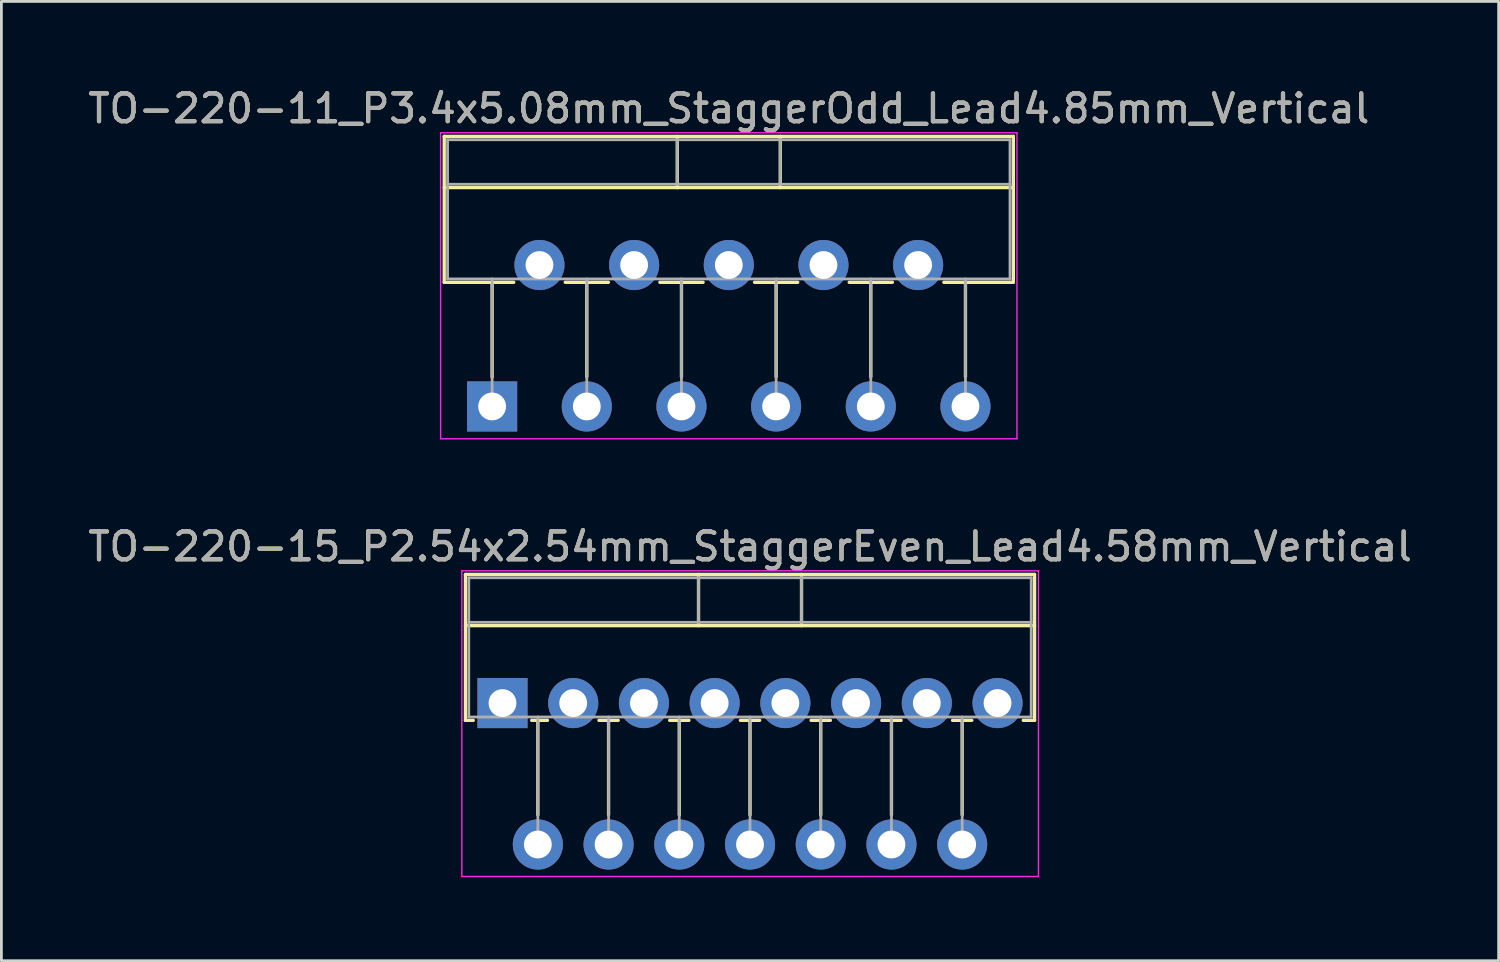
<source format=kicad_pcb>
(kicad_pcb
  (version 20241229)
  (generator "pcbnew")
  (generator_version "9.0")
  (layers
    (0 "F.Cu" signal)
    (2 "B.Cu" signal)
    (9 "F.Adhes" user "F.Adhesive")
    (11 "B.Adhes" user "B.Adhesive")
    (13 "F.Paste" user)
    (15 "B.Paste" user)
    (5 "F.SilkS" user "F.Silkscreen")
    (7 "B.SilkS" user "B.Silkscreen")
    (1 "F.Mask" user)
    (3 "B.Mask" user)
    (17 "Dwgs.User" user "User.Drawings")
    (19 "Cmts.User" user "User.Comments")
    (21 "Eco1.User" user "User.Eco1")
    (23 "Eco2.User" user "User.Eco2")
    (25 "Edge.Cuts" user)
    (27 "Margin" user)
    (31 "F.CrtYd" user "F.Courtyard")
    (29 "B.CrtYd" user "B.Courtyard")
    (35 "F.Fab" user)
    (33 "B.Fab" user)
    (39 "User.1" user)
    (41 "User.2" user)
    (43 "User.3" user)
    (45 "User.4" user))
  (footprint "TO-220-15_P2.54x2.54mm_StaggerEven_Lead4.58mm_Vertical"
    (layer "F.Cu")
    (at 14.997 22.201)
    (property "Reference" "TO-220-15_P2.54x2.54mm_StaggerEven_Lead4.58mm_Vertical" (at 8.89 -5.62 0) (layer "F.SilkS") (effects (font (size 1 1) (thickness 0.15))))
    (attr through_hole)
    (fp_line (start -1.33 -4.62) (end -1.33 0.621) (stroke (width 0.12) (type solid)) (layer "F.SilkS"))
    (fp_line (start -1.33 -4.62) (end 19.11 -4.62) (stroke (width 0.12) (type solid)) (layer "F.SilkS"))
    (fp_line (start -1.33 -2.78) (end 19.11 -2.78) (stroke (width 0.12) (type solid)) (layer "F.SilkS"))
    (fp_line (start -1.33 0.621) (end -1.05 0.621) (stroke (width 0.12) (type solid)) (layer "F.SilkS"))
    (fp_line (start 1.05 0.621) (end 1.616 0.621) (stroke (width 0.12) (type solid)) (layer "F.SilkS"))
    (fp_line (start 1.27 0.621) (end 1.27 4.015) (stroke (width 0.12) (type solid)) (layer "F.SilkS"))
    (fp_line (start 3.465 0.621) (end 4.156 0.621) (stroke (width 0.12) (type solid)) (layer "F.SilkS"))
    (fp_line (start 3.81 0.621) (end 3.81 4.015) (stroke (width 0.12) (type solid)) (layer "F.SilkS"))
    (fp_line (start 6.005 0.621) (end 6.696 0.621) (stroke (width 0.12) (type solid)) (layer "F.SilkS"))
    (fp_line (start 6.35 0.621) (end 6.35 4.015) (stroke (width 0.12) (type solid)) (layer "F.SilkS"))
    (fp_line (start 7.041 -4.62) (end 7.041 -2.78) (stroke (width 0.12) (type solid)) (layer "F.SilkS"))
    (fp_line (start 8.545 0.621) (end 9.236 0.621) (stroke (width 0.12) (type solid)) (layer "F.SilkS"))
    (fp_line (start 8.89 0.621) (end 8.89 4.015) (stroke (width 0.12) (type solid)) (layer "F.SilkS"))
    (fp_line (start 10.74 -4.62) (end 10.74 -2.78) (stroke (width 0.12) (type solid)) (layer "F.SilkS"))
    (fp_line (start 11.085 0.621) (end 11.776 0.621) (stroke (width 0.12) (type solid)) (layer "F.SilkS"))
    (fp_line (start 11.43 0.621) (end 11.43 4.015) (stroke (width 0.12) (type solid)) (layer "F.SilkS"))
    (fp_line (start 13.625 0.621) (end 14.316 0.621) (stroke (width 0.12) (type solid)) (layer "F.SilkS"))
    (fp_line (start 13.97 0.621) (end 13.97 4.015) (stroke (width 0.12) (type solid)) (layer "F.SilkS"))
    (fp_line (start 16.165 0.621) (end 16.856 0.621) (stroke (width 0.12) (type solid)) (layer "F.SilkS"))
    (fp_line (start 16.51 0.621) (end 16.51 4.015) (stroke (width 0.12) (type solid)) (layer "F.SilkS"))
    (fp_line (start 18.705 0.621) (end 19.11 0.621) (stroke (width 0.12) (type solid)) (layer "F.SilkS"))
    (fp_line (start 19.11 -4.62) (end 19.11 0.621) (stroke (width 0.12) (type solid)) (layer "F.SilkS"))
    (fp_line (start -1.46 -4.75) (end -1.46 6.23) (stroke (width 0.05) (type solid)) (layer "F.CrtYd"))
    (fp_line (start -1.46 6.23) (end 19.25 6.23) (stroke (width 0.05) (type solid)) (layer "F.CrtYd"))
    (fp_line (start 19.25 -4.75) (end -1.46 -4.75) (stroke (width 0.05) (type solid)) (layer "F.CrtYd"))
    (fp_line (start 19.25 6.23) (end 19.25 -4.75) (stroke (width 0.05) (type solid)) (layer "F.CrtYd"))
    (fp_line (start -1.21 -4.5) (end -1.21 0.5) (stroke (width 0.1) (type solid)) (layer "F.Fab"))
    (fp_line (start -1.21 -2.9) (end 18.99 -2.9) (stroke (width 0.1) (type solid)) (layer "F.Fab"))
    (fp_line (start -1.21 0.5) (end 18.99 0.5) (stroke (width 0.1) (type solid)) (layer "F.Fab"))
    (fp_line (start 1.27 0.5) (end 1.27 5.08) (stroke (width 0.1) (type solid)) (layer "F.Fab"))
    (fp_line (start 3.81 0.5) (end 3.81 5.08) (stroke (width 0.1) (type solid)) (layer "F.Fab"))
    (fp_line (start 6.35 0.5) (end 6.35 5.08) (stroke (width 0.1) (type solid)) (layer "F.Fab"))
    (fp_line (start 7.04 -4.5) (end 7.04 -2.9) (stroke (width 0.1) (type solid)) (layer "F.Fab"))
    (fp_line (start 8.89 0.5) (end 8.89 5.08) (stroke (width 0.1) (type solid)) (layer "F.Fab"))
    (fp_line (start 10.74 -4.5) (end 10.74 -2.9) (stroke (width 0.1) (type solid)) (layer "F.Fab"))
    (fp_line (start 11.43 0.5) (end 11.43 5.08) (stroke (width 0.1) (type solid)) (layer "F.Fab"))
    (fp_line (start 13.97 0.5) (end 13.97 5.08) (stroke (width 0.1) (type solid)) (layer "F.Fab"))
    (fp_line (start 16.51 0.5) (end 16.51 5.08) (stroke (width 0.1) (type solid)) (layer "F.Fab"))
    (fp_line (start 18.99 -4.5) (end -1.21 -4.5) (stroke (width 0.1) (type solid)) (layer "F.Fab"))
    (fp_line (start 18.99 0.5) (end 18.99 -4.5) (stroke (width 0.1) (type solid)) (layer "F.Fab"))
    (fp_text user "${REFERENCE}" (at 8.89 -5.62 0) (layer "F.Fab") (effects (font (size 1 1) (thickness 0.15))))
    (pad "1" thru_hole rect (at 0 0) (size 1.8 1.8) (drill 1) (layers "*.Cu" "*.Mask"))
    (pad "2" thru_hole oval (at 1.27 5.08) (size 1.8 1.8) (drill 1) (layers "*.Cu" "*.Mask"))
    (pad "3" thru_hole oval (at 2.54 0) (size 1.8 1.8) (drill 1) (layers "*.Cu" "*.Mask"))
    (pad "4" thru_hole oval (at 3.81 5.08) (size 1.8 1.8) (drill 1) (layers "*.Cu" "*.Mask"))
    (pad "5" thru_hole oval (at 5.08 0) (size 1.8 1.8) (drill 1) (layers "*.Cu" "*.Mask"))
    (pad "6" thru_hole oval (at 6.35 5.08) (size 1.8 1.8) (drill 1) (layers "*.Cu" "*.Mask"))
    (pad "7" thru_hole oval (at 7.62 0) (size 1.8 1.8) (drill 1) (layers "*.Cu" "*.Mask"))
    (pad "8" thru_hole oval (at 8.89 5.08) (size 1.8 1.8) (drill 1) (layers "*.Cu" "*.Mask"))
    (pad "9" thru_hole oval (at 10.16 0) (size 1.8 1.8) (drill 1) (layers "*.Cu" "*.Mask"))
    (pad "10" thru_hole oval (at 11.43 5.08) (size 1.8 1.8) (drill 1) (layers "*.Cu" "*.Mask"))
    (pad "11" thru_hole oval (at 12.7 0) (size 1.8 1.8) (drill 1) (layers "*.Cu" "*.Mask"))
    (pad "12" thru_hole oval (at 13.97 5.08) (size 1.8 1.8) (drill 1) (layers "*.Cu" "*.Mask"))
    (pad "13" thru_hole oval (at 15.24 0) (size 1.8 1.8) (drill 1) (layers "*.Cu" "*.Mask"))
    (pad "14" thru_hole oval (at 16.51 5.08) (size 1.8 1.8) (drill 1) (layers "*.Cu" "*.Mask"))
    (pad "15" thru_hole oval (at 17.78 0) (size 1.8 1.8) (drill 1) (layers "*.Cu" "*.Mask")))
  (footprint "TO-220-11_P3.4x5.08mm_StaggerOdd_Lead4.85mm_Vertical"
    (layer "F.Cu")
    (at 14.625 11.548)
    (property "Reference" "TO-220-11_P3.4x5.08mm_StaggerOdd_Lead4.85mm_Vertical" (at 8.5 -10.7 0) (layer "F.SilkS") (effects (font (size 1 1) (thickness 0.15))))
    (attr through_hole)
    (fp_line (start -1.72 -9.7) (end -1.72 -4.459) (stroke (width 0.12) (type solid)) (layer "F.SilkS"))
    (fp_line (start -1.72 -9.7) (end 18.72 -9.7) (stroke (width 0.12) (type solid)) (layer "F.SilkS"))
    (fp_line (start -1.72 -7.86) (end 18.72 -7.86) (stroke (width 0.12) (type solid)) (layer "F.SilkS"))
    (fp_line (start -1.72 -4.459) (end 0.776 -4.459) (stroke (width 0.12) (type solid)) (layer "F.SilkS"))
    (fp_line (start 0 -4.459) (end 0 -1.05) (stroke (width 0.12) (type solid)) (layer "F.SilkS"))
    (fp_line (start 2.625 -4.459) (end 4.176 -4.459) (stroke (width 0.12) (type solid)) (layer "F.SilkS"))
    (fp_line (start 3.4 -4.459) (end 3.4 -1.065) (stroke (width 0.12) (type solid)) (layer "F.SilkS"))
    (fp_line (start 6.025 -4.459) (end 7.576 -4.459) (stroke (width 0.12) (type solid)) (layer "F.SilkS"))
    (fp_line (start 6.65 -9.7) (end 6.65 -7.86) (stroke (width 0.12) (type solid)) (layer "F.SilkS"))
    (fp_line (start 6.8 -4.459) (end 6.8 -1.065) (stroke (width 0.12) (type solid)) (layer "F.SilkS"))
    (fp_line (start 9.425 -4.459) (end 10.976 -4.459) (stroke (width 0.12) (type solid)) (layer "F.SilkS"))
    (fp_line (start 10.2 -4.459) (end 10.2 -1.065) (stroke (width 0.12) (type solid)) (layer "F.SilkS"))
    (fp_line (start 10.35 -9.7) (end 10.35 -7.86) (stroke (width 0.12) (type solid)) (layer "F.SilkS"))
    (fp_line (start 12.825 -4.459) (end 14.376 -4.459) (stroke (width 0.12) (type solid)) (layer "F.SilkS"))
    (fp_line (start 13.6 -4.459) (end 13.6 -1.065) (stroke (width 0.12) (type solid)) (layer "F.SilkS"))
    (fp_line (start 16.225 -4.459) (end 18.72 -4.459) (stroke (width 0.12) (type solid)) (layer "F.SilkS"))
    (fp_line (start 17 -4.459) (end 17 -1.065) (stroke (width 0.12) (type solid)) (layer "F.SilkS"))
    (fp_line (start 18.72 -9.7) (end 18.72 -4.459) (stroke (width 0.12) (type solid)) (layer "F.SilkS"))
    (fp_line (start -1.85 -9.83) (end -1.85 1.16) (stroke (width 0.05) (type solid)) (layer "F.CrtYd"))
    (fp_line (start -1.85 1.16) (end 18.85 1.16) (stroke (width 0.05) (type solid)) (layer "F.CrtYd"))
    (fp_line (start 18.85 -9.83) (end -1.85 -9.83) (stroke (width 0.05) (type solid)) (layer "F.CrtYd"))
    (fp_line (start 18.85 1.16) (end 18.85 -9.83) (stroke (width 0.05) (type solid)) (layer "F.CrtYd"))
    (fp_line (start -1.6 -9.58) (end -1.6 -4.58) (stroke (width 0.1) (type solid)) (layer "F.Fab"))
    (fp_line (start -1.6 -7.98) (end 18.6 -7.98) (stroke (width 0.1) (type solid)) (layer "F.Fab"))
    (fp_line (start -1.6 -4.58) (end 18.6 -4.58) (stroke (width 0.1) (type solid)) (layer "F.Fab"))
    (fp_line (start 0 -4.58) (end 0 0) (stroke (width 0.1) (type solid)) (layer "F.Fab"))
    (fp_line (start 3.4 -4.58) (end 3.4 0) (stroke (width 0.1) (type solid)) (layer "F.Fab"))
    (fp_line (start 6.65 -9.58) (end 6.65 -7.98) (stroke (width 0.1) (type solid)) (layer "F.Fab"))
    (fp_line (start 6.8 -4.58) (end 6.8 0) (stroke (width 0.1) (type solid)) (layer "F.Fab"))
    (fp_line (start 10.2 -4.58) (end 10.2 0) (stroke (width 0.1) (type solid)) (layer "F.Fab"))
    (fp_line (start 10.35 -9.58) (end 10.35 -7.98) (stroke (width 0.1) (type solid)) (layer "F.Fab"))
    (fp_line (start 13.6 -4.58) (end 13.6 0) (stroke (width 0.1) (type solid)) (layer "F.Fab"))
    (fp_line (start 17 -4.58) (end 17 0) (stroke (width 0.1) (type solid)) (layer "F.Fab"))
    (fp_line (start 18.6 -9.58) (end -1.6 -9.58) (stroke (width 0.1) (type solid)) (layer "F.Fab"))
    (fp_line (start 18.6 -4.58) (end 18.6 -9.58) (stroke (width 0.1) (type solid)) (layer "F.Fab"))
    (fp_text user "${REFERENCE}" (at 8.5 -10.7 0) (layer "F.Fab") (effects (font (size 1 1) (thickness 0.15))))
    (pad "1" thru_hole rect (at 0 0) (size 1.8 1.8) (drill 1) (layers "*.Cu" "*.Mask"))
    (pad "2" thru_hole oval (at 1.7 -5.08) (size 1.8 1.8) (drill 1) (layers "*.Cu" "*.Mask"))
    (pad "3" thru_hole oval (at 3.4 0) (size 1.8 1.8) (drill 1) (layers "*.Cu" "*.Mask"))
    (pad "4" thru_hole oval (at 5.1 -5.08) (size 1.8 1.8) (drill 1) (layers "*.Cu" "*.Mask"))
    (pad "5" thru_hole oval (at 6.8 0) (size 1.8 1.8) (drill 1) (layers "*.Cu" "*.Mask"))
    (pad "6" thru_hole oval (at 8.5 -5.08) (size 1.8 1.8) (drill 1) (layers "*.Cu" "*.Mask"))
    (pad "7" thru_hole oval (at 10.2 0) (size 1.8 1.8) (drill 1) (layers "*.Cu" "*.Mask"))
    (pad "8" thru_hole oval (at 11.9 -5.08) (size 1.8 1.8) (drill 1) (layers "*.Cu" "*.Mask"))
    (pad "9" thru_hole oval (at 13.6 0) (size 1.8 1.8) (drill 1) (layers "*.Cu" "*.Mask"))
    (pad "10" thru_hole oval (at 15.3 -5.08) (size 1.8 1.8) (drill 1) (layers "*.Cu" "*.Mask"))
    (pad "11" thru_hole oval (at 17 0) (size 1.8 1.8) (drill 1) (layers "*.Cu" "*.Mask")))
  (gr_rect
    (start -3 -3)
    (end 50.774 31.456)
    (stroke (width 0.1) (type default))
    (fill no)
    (layer "Edge.Cuts")))
</source>
